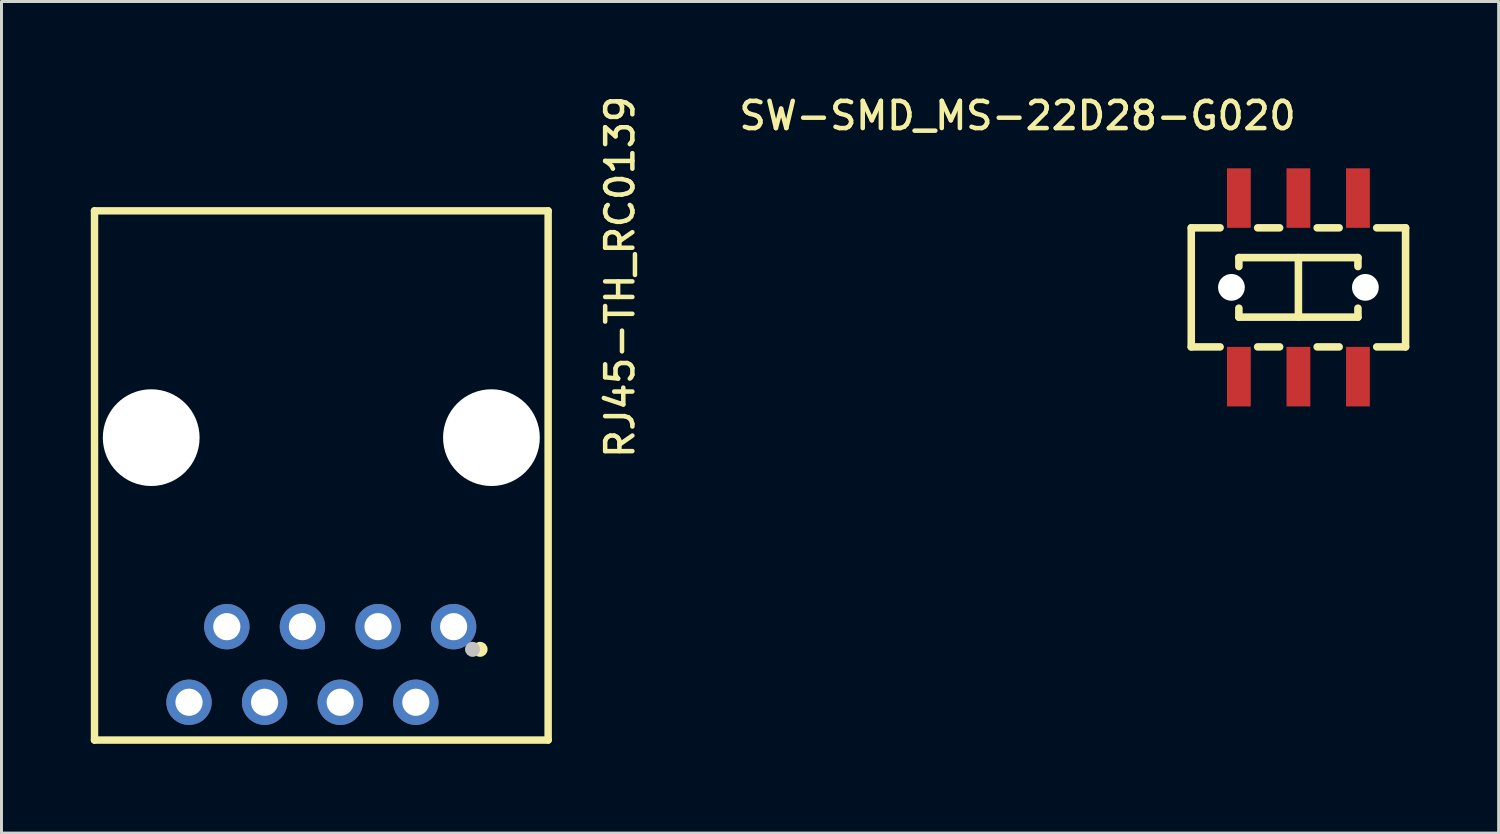
<source format=kicad_pcb>
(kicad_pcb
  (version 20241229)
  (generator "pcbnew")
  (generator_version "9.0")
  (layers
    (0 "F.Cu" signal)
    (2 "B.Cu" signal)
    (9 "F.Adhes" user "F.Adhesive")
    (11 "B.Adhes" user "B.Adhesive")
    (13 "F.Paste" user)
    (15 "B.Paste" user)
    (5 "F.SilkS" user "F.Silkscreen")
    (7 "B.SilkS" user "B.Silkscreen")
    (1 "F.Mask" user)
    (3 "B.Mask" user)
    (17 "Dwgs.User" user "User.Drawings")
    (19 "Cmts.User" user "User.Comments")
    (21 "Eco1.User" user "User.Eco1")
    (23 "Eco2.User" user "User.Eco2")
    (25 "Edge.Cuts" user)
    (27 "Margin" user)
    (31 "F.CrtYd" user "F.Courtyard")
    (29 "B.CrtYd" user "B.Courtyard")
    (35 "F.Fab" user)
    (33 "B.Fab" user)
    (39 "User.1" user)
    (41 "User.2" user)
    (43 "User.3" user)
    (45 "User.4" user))
  (footprint "RJ45-TH_RC0139"
    (layer "F.Cu")
    (at 7.745 19.273)
    (property "Reference" "RJ45-TH_RC0139" (at 9.5 -6.85 90) (layer "F.SilkS") (effects (font (size 0.914 0.914) (thickness 0.152)) (justify left top)))
    (fp_line (start -7.62 -15.24) (end 7.62 -15.24) (stroke (width 0.25) (type default)) (layer "F.SilkS"))
    (fp_line (start -7.62 2.54) (end -7.62 -15.24) (stroke (width 0.25) (type default)) (layer "F.SilkS"))
    (fp_line (start 7.62 -15.24) (end 7.62 2.54) (stroke (width 0.25) (type default)) (layer "F.SilkS"))
    (fp_line (start 7.62 2.54) (end -7.62 2.54) (stroke (width 0.25) (type default)) (layer "F.SilkS"))
    (fp_circle (center 5.334 -0.508) (end 5.461 -0.508) (stroke (width 0.25) (type default)) (fill no) (layer "F.SilkS"))
    (fp_circle (center -5.715 -7.62) (end -5.152 -7.62) (stroke (width 1.125) (type default)) (fill no) (layer "Dwgs.User"))
    (fp_circle (center 5.08 -0.508) (end 5.207 -0.508) (stroke (width 0.25) (type default)) (fill no) (layer "Dwgs.User"))
    (fp_circle (center 5.715 -7.62) (end 6.278 -7.62) (stroke (width 1.125) (type default)) (fill no) (layer "Dwgs.User"))
    (fp_circle (center -4.445 1.27) (end -4.33 1.27) (stroke (width 0.23) (type default)) (fill no) (layer "User.4"))
    (fp_circle (center -3.175 -1.27) (end -3.06 -1.27) (stroke (width 0.23) (type default)) (fill no) (layer "User.4"))
    (fp_circle (center -1.905 1.27) (end -1.79 1.27) (stroke (width 0.23) (type default)) (fill no) (layer "User.4"))
    (fp_circle (center -0.635 -1.27) (end -0.52 -1.27) (stroke (width 0.23) (type default)) (fill no) (layer "User.4"))
    (fp_circle (center 0.635 1.27) (end 0.75 1.27) (stroke (width 0.23) (type default)) (fill no) (layer "User.4"))
    (fp_circle (center 1.905 -1.27) (end 2.02 -1.27) (stroke (width 0.23) (type default)) (fill no) (layer "User.4"))
    (fp_circle (center 3.175 1.27) (end 3.29 1.27) (stroke (width 0.23) (type default)) (fill no) (layer "User.4"))
    (fp_circle (center 4.445 -1.27) (end 4.56 -1.27) (stroke (width 0.23) (type default)) (fill no) (layer "User.4"))
    (fp_circle (center 7.6 -15.27) (end 7.63 -15.27) (stroke (width 0.06) (type default)) (fill no) (layer "User.5"))
    (pad "" np_thru_hole circle (at -5.715 -7.62) (size 3.25 3.25) (drill 3.25) (layers "*.Cu" "*.Mask"))
    (pad "" np_thru_hole circle (at 5.715 -7.62) (size 3.25 3.25) (drill 3.25) (layers "*.Cu" "*.Mask"))
    (pad "1" thru_hole oval (at 4.445 -1.27) (size 1.524 1.524) (drill 0.914) (layers "*.Cu" "*.Mask"))
    (pad "2" thru_hole oval (at 3.175 1.27) (size 1.524 1.524) (drill 0.914) (layers "*.Cu" "*.Mask"))
    (pad "3" thru_hole oval (at 1.905 -1.27) (size 1.524 1.524) (drill 0.914) (layers "*.Cu" "*.Mask"))
    (pad "4" thru_hole oval (at 0.635 1.27) (size 1.524 1.524) (drill 0.914) (layers "*.Cu" "*.Mask"))
    (pad "5" thru_hole oval (at -0.635 -1.27) (size 1.524 1.524) (drill 0.914) (layers "*.Cu" "*.Mask"))
    (pad "6" thru_hole oval (at -1.905 1.27) (size 1.524 1.524) (drill 0.914) (layers "*.Cu" "*.Mask"))
    (pad "7" thru_hole oval (at -3.175 -1.27) (size 1.524 1.524) (drill 0.914) (layers "*.Cu" "*.Mask"))
    (pad "8" thru_hole oval (at -4.445 1.27) (size 1.524 1.524) (drill 0.914) (layers "*.Cu" "*.Mask"))
    (zone (net_name "") (layer "User.3") (hatch edge 0.5) (priority 100) (connect_pads yes) (min_thickness 0) (filled_areas_thickness no) (fill yes) (polygon (pts (xy 0.145 4.003) (xy 15.345 4.003) (xy 15.345 21.903) (xy 0.145 21.903))) (filled_polygon (layer "User.3") (island) (pts (xy 0.145 4.003) (xy 15.345 4.003) (xy 15.345 21.903) (xy 0.145 21.903)))))
  (footprint "SW-SMD_MS-22D28-G020"
    (layer "F.Cu")
    (at 40.571 6.604)
    (property "Reference" "SW-SMD_MS-22D28-G020" (at 0 -5.232 180) (layer "F.SilkS") (effects (font (size 0.914 0.914) (thickness 0.152)) (justify right bottom)))
    (fp_line (start -3.6 -2) (end -3.6 2) (stroke (width 0.254) (type default)) (layer "F.SilkS"))
    (fp_line (start -3.6 -2) (end -2.631 -2) (stroke (width 0.254) (type default)) (layer "F.SilkS"))
    (fp_line (start -3.6 2) (end -2.631 2) (stroke (width 0.254) (type default)) (layer "F.SilkS"))
    (fp_line (start -2 -1) (end 2 -1) (stroke (width 0.254) (type default)) (layer "F.SilkS"))
    (fp_line (start -2 -0.7) (end -2 -1) (stroke (width 0.254) (type default)) (layer "F.SilkS"))
    (fp_line (start -2 1) (end -2 0.7) (stroke (width 0.254) (type default)) (layer "F.SilkS"))
    (fp_line (start -1.369 -2) (end -0.631 -2) (stroke (width 0.254) (type default)) (layer "F.SilkS"))
    (fp_line (start -1.369 2) (end -0.631 2) (stroke (width 0.254) (type default)) (layer "F.SilkS"))
    (fp_line (start 0 -1) (end 0 1) (stroke (width 0.254) (type default)) (layer "F.SilkS"))
    (fp_line (start 0.631 -2) (end 1.369 -2) (stroke (width 0.254) (type default)) (layer "F.SilkS"))
    (fp_line (start 0.631 2) (end 1.369 2) (stroke (width 0.254) (type default)) (layer "F.SilkS"))
    (fp_line (start 2 -1) (end 2 -0.7) (stroke (width 0.254) (type default)) (layer "F.SilkS"))
    (fp_line (start 2 0.7) (end 2 1) (stroke (width 0.254) (type default)) (layer "F.SilkS"))
    (fp_line (start 2 1) (end -2 1) (stroke (width 0.254) (type default)) (layer "F.SilkS"))
    (fp_line (start 2.631 -2) (end 3.6 -2) (stroke (width 0.254) (type default)) (layer "F.SilkS"))
    (fp_line (start 2.631 2) (end 3.6 2) (stroke (width 0.254) (type default)) (layer "F.SilkS"))
    (fp_line (start 3.6 -2) (end 3.6 2) (stroke (width 0.254) (type default)) (layer "F.SilkS"))
    (fp_circle (center -2.25 0) (end -2.075 0) (stroke (width 0.35) (type default)) (fill no) (layer "Dwgs.User"))
    (fp_circle (center 2.25 0) (end 2.425 0) (stroke (width 0.35) (type default)) (fill no) (layer "Dwgs.User"))
    (fp_circle (center -3.55 -3) (end -3.52 -3) (stroke (width 0.06) (type default)) (fill no) (layer "User.5"))
    (pad "" np_thru_hole circle (at -2.25 0) (size 0.9 0.9) (drill 0.9) (layers "*.Cu" "*.Mask"))
    (pad "" np_thru_hole circle (at 2.25 0) (size 0.9 0.9) (drill 0.9) (layers "*.Cu" "*.Mask"))
    (pad "1" smd rect (at -2 -3 90) (size 2 0.8) (layers "F.Cu" "F.Mask" "F.Paste"))
    (pad "2" smd rect (at 0 -3 90) (size 2 0.8) (layers "F.Cu" "F.Mask" "F.Paste"))
    (pad "3" smd rect (at 2 -3 90) (size 2 0.8) (layers "F.Cu" "F.Mask" "F.Paste"))
    (pad "4" smd rect (at -2 3 90) (size 2 0.8) (layers "F.Cu" "F.Mask" "F.Paste"))
    (pad "5" smd rect (at 0 3 90) (size 2 0.8) (layers "F.Cu" "F.Mask" "F.Paste"))
    (pad "6" smd rect (at 2 3 90) (size 2 0.8) (layers "F.Cu" "F.Mask" "F.Paste"))
    (zone (net_name "") (layer "F.SilkS") (hatch edge 0.5) (priority 100) (connect_pads yes) (min_thickness 0) (filled_areas_thickness no) (fill yes) (polygon (pts (xy 40.589 5.613) (xy 42.589 5.613) (xy 42.589 7.613) (xy 40.589 7.613))) (filled_polygon (layer "F.SilkS") (island) (pts (xy 40.589 5.613) (xy 42.589 5.613) (xy 42.589 7.613) (xy 40.589 7.613))))
    (zone (net_name "") (layer "Dwgs.User") (hatch edge 0.5) (priority 100) (connect_pads yes) (min_thickness 0) (filled_areas_thickness no) (fill yes) (polygon (pts (xy 40.621 5.604) (xy 42.621 5.604) (xy 42.621 7.604) (xy 40.621 7.604))) (filled_polygon (layer "Dwgs.User") (island) (pts (xy 40.621 5.604) (xy 42.621 5.604) (xy 42.621 7.604) (xy 40.621 7.604))))
    (zone (net_name "") (layer "User.3") (hatch edge 0.5) (priority 100) (connect_pads yes) (min_thickness 0) (filled_areas_thickness no) (fill yes) (polygon (pts (xy 37.021 8.604) (xy 37.021 4.604) (xy 44.121 4.604) (xy 44.121 8.604))) (filled_polygon (layer "User.3") (island) (pts (xy 37.021 8.604) (xy 37.021 4.604) (xy 44.121 4.604) (xy 44.121 8.604))))
    (zone (net_name "") (layer "User.4") (hatch edge 0.5) (priority 100) (connect_pads yes) (min_thickness 0) (filled_areas_thickness no) (fill yes) (polygon (pts (xy 38.746 3.604) (xy 38.746 4.654) (xy 38.396 4.654) (xy 38.396 3.604))) (filled_polygon (layer "User.4") (island) (pts (xy 38.746 3.604) (xy 38.746 4.654) (xy 38.396 4.654) (xy 38.396 3.604))))
    (zone (net_name "") (layer "User.4") (hatch edge 0.5) (priority 100) (connect_pads yes) (min_thickness 0) (filled_areas_thickness no) (fill yes) (polygon (pts (xy 38.746 8.554) (xy 38.746 9.604) (xy 38.396 9.604) (xy 38.396 8.554))) (filled_polygon (layer "User.4") (island) (pts (xy 38.746 8.554) (xy 38.746 9.604) (xy 38.396 9.604) (xy 38.396 8.554))))
    (zone (net_name "") (layer "User.4") (hatch edge 0.5) (priority 100) (connect_pads yes) (min_thickness 0) (filled_areas_thickness no) (fill yes) (polygon (pts (xy 40.746 3.604) (xy 40.746 4.654) (xy 40.396 4.654) (xy 40.396 3.604))) (filled_polygon (layer "User.4") (island) (pts (xy 40.746 3.604) (xy 40.746 4.654) (xy 40.396 4.654) (xy 40.396 3.604))))
    (zone (net_name "") (layer "User.4") (hatch edge 0.5) (priority 100) (connect_pads yes) (min_thickness 0) (filled_areas_thickness no) (fill yes) (polygon (pts (xy 40.746 8.554) (xy 40.746 9.604) (xy 40.396 9.604) (xy 40.396 8.554))) (filled_polygon (layer "User.4") (island) (pts (xy 40.746 8.554) (xy 40.746 9.604) (xy 40.396 9.604) (xy 40.396 8.554))))
    (zone (net_name "") (layer "User.4") (hatch edge 0.5) (priority 100) (connect_pads yes) (min_thickness 0) (filled_areas_thickness no) (fill yes) (polygon (pts (xy 42.746 3.604) (xy 42.746 4.654) (xy 42.396 4.654) (xy 42.396 3.604))) (filled_polygon (layer "User.4") (island) (pts (xy 42.746 3.604) (xy 42.746 4.654) (xy 42.396 4.654) (xy 42.396 3.604))))
    (zone (net_name "") (layer "User.4") (hatch edge 0.5) (priority 100) (connect_pads yes) (min_thickness 0) (filled_areas_thickness no) (fill yes) (polygon (pts (xy 42.746 8.554) (xy 42.746 9.604) (xy 42.396 9.604) (xy 42.396 8.554))) (filled_polygon (layer "User.4") (island) (pts (xy 42.746 8.554) (xy 42.746 9.604) (xy 42.396 9.604) (xy 42.396 8.554)))))
  (gr_rect
    (start -3 -3)
    (end 47.298 24.938)
    (stroke (width 0.1) (type default))
    (fill no)
    (layer "Edge.Cuts")))
</source>
